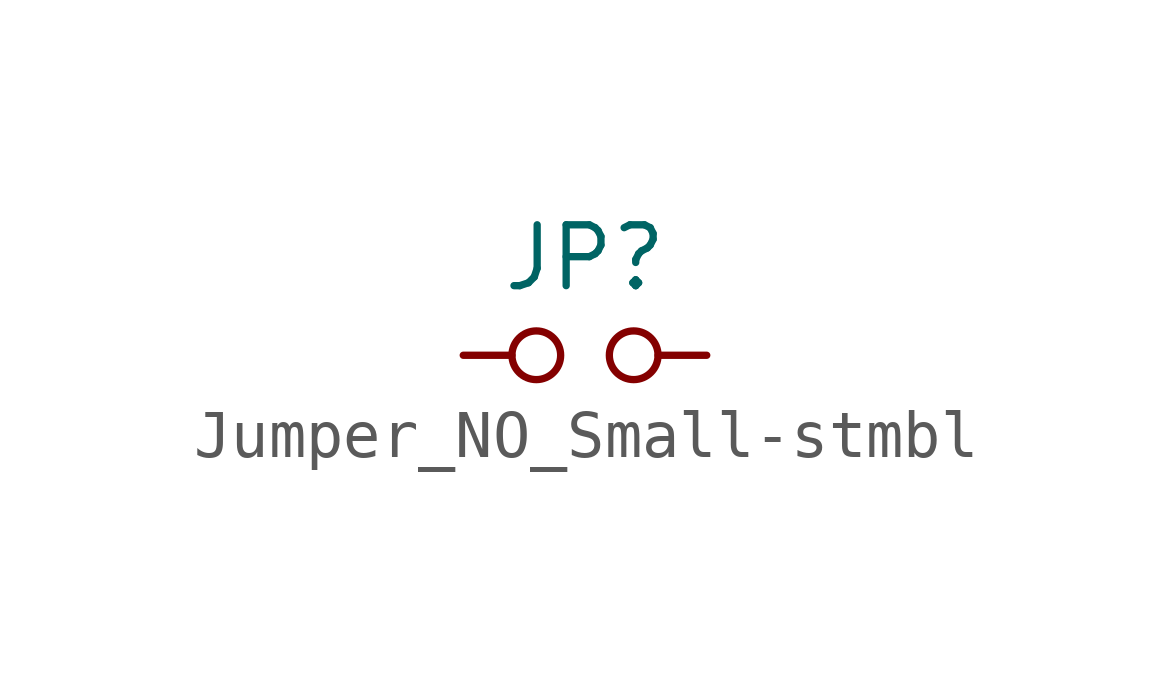
<source format=kicad_sym>
(kicad_symbol_lib
  (version 20211014)
  (generator kicad_symbol_editor)
  (symbol "Jumper_NO_Small-stmbl"
    (pin_numbers hide)
    (pin_names
      (offset 0.762) hide)
    (property "Reference" "JP"
      (at 0 2.032 0)
      (effects (font (size 1.27 1.27))))
    (property "Footprint" ""
      (at 0 0 0)
      (effects (font (size 1.27 1.27))))
    (property "Datasheet" ""
      (at 0 0 0)
      (effects (font (size 1.27 1.27))))
    (symbol "Jumper_NO_Small-stmbl_0_1"
      (circle (center -1.016 0) (radius 0.508) (stroke (width 0) (type default) (color 0 0 0 0)) (fill (type none)))
      (circle (center 1.016 0) (radius 0.508) (stroke (width 0) (type default) (color 0 0 0 0)) (fill (type none)))
      (pin passive line (at -2.54 0 0) (length 1.016) (name "1" (effects (font (size 1.27 1.27)))) (number "1" (effects (font (size 1.27 1.27)))))
      (pin passive line (at 2.54 0 180) (length 1.016) (name "2" (effects (font (size 1.27 1.27)))) (number "2" (effects (font (size 1.27 1.27))))))))
</source>
